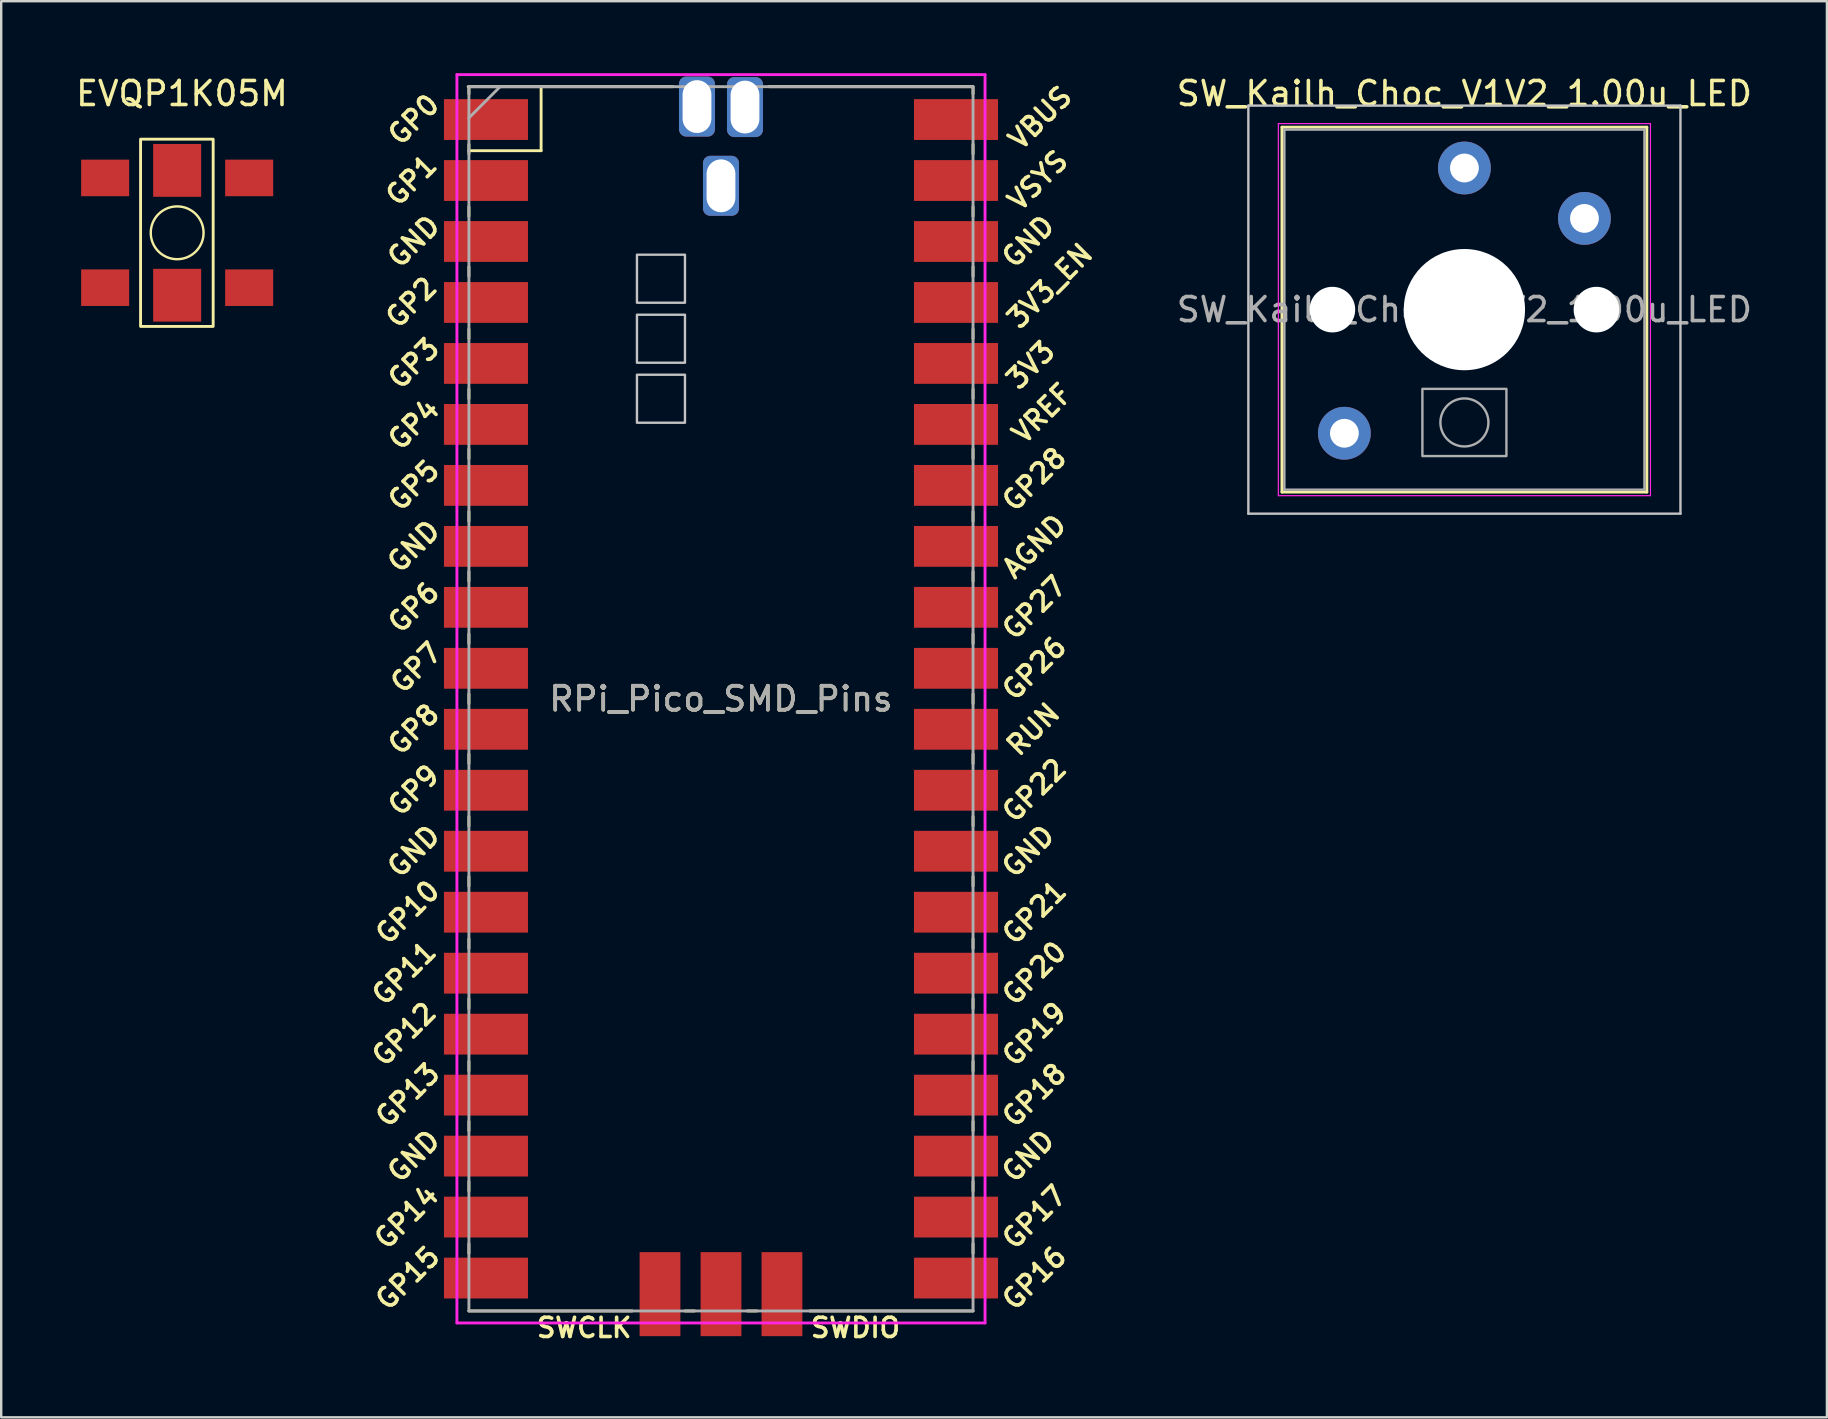
<source format=kicad_pcb>
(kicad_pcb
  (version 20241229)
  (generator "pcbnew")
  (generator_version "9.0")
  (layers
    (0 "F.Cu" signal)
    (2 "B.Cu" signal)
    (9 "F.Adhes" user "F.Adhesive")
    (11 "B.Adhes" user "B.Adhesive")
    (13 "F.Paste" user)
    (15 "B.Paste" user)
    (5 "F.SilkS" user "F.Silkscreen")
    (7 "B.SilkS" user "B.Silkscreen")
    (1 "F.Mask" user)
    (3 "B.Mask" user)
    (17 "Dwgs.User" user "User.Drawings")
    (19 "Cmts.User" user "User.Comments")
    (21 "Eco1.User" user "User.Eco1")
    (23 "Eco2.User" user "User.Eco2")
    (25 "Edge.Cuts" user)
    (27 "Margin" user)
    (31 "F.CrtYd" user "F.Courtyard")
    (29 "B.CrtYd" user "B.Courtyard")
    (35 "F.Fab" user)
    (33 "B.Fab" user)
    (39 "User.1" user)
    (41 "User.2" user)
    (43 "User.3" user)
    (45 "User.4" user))
  (footprint "SW_Kailh_Choc_V1V2_1.00u_LED"
    (layer "F.Cu")
    (at 57.953 9.848)
    (property "Reference" "SW_Kailh_Choc_V1V2_1.00u_LED" (at 0 -9 0) (layer "F.SilkS") (effects (font (size 1 1) (thickness 0.15))))
    (attr through_hole)
    (fp_line (start -7.6 -7.6) (end -7.6 7.6) (stroke (width 0.12) (type solid)) (layer "F.SilkS"))
    (fp_line (start -7.6 7.6) (end 7.6 7.6) (stroke (width 0.12) (type solid)) (layer "F.SilkS"))
    (fp_line (start 7.6 -7.6) (end -7.6 -7.6) (stroke (width 0.12) (type solid)) (layer "F.SilkS"))
    (fp_line (start 7.6 7.6) (end 7.6 -7.6) (stroke (width 0.12) (type solid)) (layer "F.SilkS"))
    (fp_line (start -9 -8.5) (end -9 8.5) (stroke (width 0.1) (type solid)) (layer "Dwgs.User"))
    (fp_line (start -9 8.5) (end 9 8.5) (stroke (width 0.1) (type solid)) (layer "Dwgs.User"))
    (fp_line (start 9 -8.5) (end -9 -8.5) (stroke (width 0.1) (type solid)) (layer "Dwgs.User"))
    (fp_line (start 9 8.5) (end 9 -8.5) (stroke (width 0.1) (type solid)) (layer "Dwgs.User"))
    (fp_line (start -7.25 -7.25) (end -7.25 7.25) (stroke (width 0.1) (type solid)) (layer "Eco1.User"))
    (fp_line (start -7.25 7.25) (end 7.25 7.25) (stroke (width 0.1) (type solid)) (layer "Eco1.User"))
    (fp_line (start 7.25 -7.25) (end -7.25 -7.25) (stroke (width 0.1) (type solid)) (layer "Eco1.User"))
    (fp_line (start 7.25 7.25) (end 7.25 -7.25) (stroke (width 0.1) (type solid)) (layer "Eco1.User"))
    (fp_line (start -7.75 -7.75) (end -7.75 7.75) (stroke (width 0.05) (type solid)) (layer "F.CrtYd"))
    (fp_line (start -7.75 7.75) (end 7.75 7.75) (stroke (width 0.05) (type solid)) (layer "F.CrtYd"))
    (fp_line (start 7.75 -7.75) (end -7.75 -7.75) (stroke (width 0.05) (type solid)) (layer "F.CrtYd"))
    (fp_line (start 7.75 7.75) (end 7.75 -7.75) (stroke (width 0.05) (type solid)) (layer "F.CrtYd"))
    (fp_line (start -7.5 -7.5) (end -7.5 7.5) (stroke (width 0.1) (type solid)) (layer "F.Fab"))
    (fp_line (start -7.5 7.5) (end 7.5 7.5) (stroke (width 0.1) (type solid)) (layer "F.Fab"))
    (fp_line (start 7.5 -7.5) (end -7.5 -7.5) (stroke (width 0.1) (type solid)) (layer "F.Fab"))
    (fp_line (start 7.5 7.5) (end 7.5 -7.5) (stroke (width 0.1) (type solid)) (layer "F.Fab"))
    (fp_rect (start -1.75 3.3) (end 1.75 6.1) (stroke (width 0.1) (type solid)) (fill no) (layer "F.Fab"))
    (fp_circle (center 0 4.7) (end 1 4.7) (stroke (width 0.1) (type solid)) (fill no) (layer "F.Fab"))
    (fp_text user "${REFERENCE}" (at 0 0 0) (layer "F.Fab") (effects (font (size 1 1) (thickness 0.15))))
    (pad "" np_thru_hole circle (at -5.5 0) (size 1.9 1.9) (drill 1.9) (layers "*.Cu" "*.Mask"))
    (pad "" thru_hole circle (at -5 5.15) (size 2.2 2.2) (drill 1.2) (layers "*.Cu" "B.Mask"))
    (pad "" smd circle (at 0 -5.9) (size 1.25 1.25) (layers "F.Mask"))
    (pad "" np_thru_hole circle (at 0 0) (size 5.05 5.05) (drill 5.05) (layers "*.Cu" "*.Mask"))
    (pad "" smd circle (at 5 -3.8) (size 1.25 1.25) (layers "F.Mask"))
    (pad "" np_thru_hole circle (at 5.5 0) (size 1.9 1.9) (drill 1.9) (layers "*.Cu" "*.Mask"))
    (pad "1" thru_hole circle (at 0 -5.9) (size 2.2 2.2) (drill 1.2) (layers "*.Cu" "B.Mask"))
    (pad "2" thru_hole circle (at 5 -3.8) (size 2.2 2.2) (drill 1.2) (layers "*.Cu" "B.Mask")))
  (footprint "EVQP1K05M"
    (layer "F.Cu")
    (at 4.33 6.648)
    (property "Reference" "EVQP1K05M" (at 0.2 -5.8 0) (layer "F.SilkS") (effects (font (size 1 1) (thickness 0.15))))
    (attr smd)
    (fp_rect (start -1.524 -3.9) (end 1.5 3.9) (stroke (width 0.12) (type solid)) (fill no) (layer "F.SilkS"))
    (fp_circle (center 0 0) (end 1.1 0) (stroke (width 0.1) (type solid)) (fill no) (layer "F.SilkS"))
    (pad "1" smd rect (at -3 -2.286 180) (size 2 1.524) (layers "F.Cu" "F.Mask" "F.Paste"))
    (pad "1" smd rect (at 0 -2.6 180) (size 2 2.2) (layers "F.Cu" "F.Mask" "F.Paste"))
    (pad "1" smd rect (at 3 -2.286 180) (size 2 1.524) (layers "F.Cu" "F.Mask" "F.Paste"))
    (pad "2" smd rect (at -3 2.286 180) (size 2 1.524) (layers "F.Cu" "F.Mask" "F.Paste"))
    (pad "2" smd rect (at 0 2.6 180) (size 2 2.2) (layers "F.Cu" "F.Mask" "F.Paste"))
    (pad "2" smd rect (at 3 2.286 180) (size 2 1.524) (layers "F.Cu" "F.Mask" "F.Paste")))
  (footprint "RPi_Pico_SMD_Pins"
    (layer "F.Cu")
    (at 26.984 26.06)
    (property "Reference" "RPi_Pico_SMD_Pins" (at 0 0 0) (layer "F.SilkS") (effects (font (size 1 1) (thickness 0.15))))
    (attr through_hole)
    (fp_line (start -10.5 -25.5) (end -10.5 -25.2) (stroke (width 0.12) (type solid)) (layer "F.SilkS"))
    (fp_line (start -10.5 -23.1) (end -10.5 -22.7) (stroke (width 0.12) (type solid)) (layer "F.SilkS"))
    (fp_line (start -10.5 -22.833) (end -7.493 -22.833) (stroke (width 0.12) (type solid)) (layer "F.SilkS"))
    (fp_line (start -10.5 -20.5) (end -10.5 -20.1) (stroke (width 0.12) (type solid)) (layer "F.SilkS"))
    (fp_line (start -10.5 -18) (end -10.5 -17.6) (stroke (width 0.12) (type solid)) (layer "F.SilkS"))
    (fp_line (start -10.5 -15.4) (end -10.5 -15) (stroke (width 0.12) (type solid)) (layer "F.SilkS"))
    (fp_line (start -10.5 -12.9) (end -10.5 -12.5) (stroke (width 0.12) (type solid)) (layer "F.SilkS"))
    (fp_line (start -10.5 -10.4) (end -10.5 -10) (stroke (width 0.12) (type solid)) (layer "F.SilkS"))
    (fp_line (start -10.5 -7.8) (end -10.5 -7.4) (stroke (width 0.12) (type solid)) (layer "F.SilkS"))
    (fp_line (start -10.5 -5.3) (end -10.5 -4.9) (stroke (width 0.12) (type solid)) (layer "F.SilkS"))
    (fp_line (start -10.5 -2.7) (end -10.5 -2.3) (stroke (width 0.12) (type solid)) (layer "F.SilkS"))
    (fp_line (start -10.5 -0.2) (end -10.5 0.2) (stroke (width 0.12) (type solid)) (layer "F.SilkS"))
    (fp_line (start -10.5 2.3) (end -10.5 2.7) (stroke (width 0.12) (type solid)) (layer "F.SilkS"))
    (fp_line (start -10.5 4.9) (end -10.5 5.3) (stroke (width 0.12) (type solid)) (layer "F.SilkS"))
    (fp_line (start -10.5 7.4) (end -10.5 7.8) (stroke (width 0.12) (type solid)) (layer "F.SilkS"))
    (fp_line (start -10.5 10) (end -10.5 10.4) (stroke (width 0.12) (type solid)) (layer "F.SilkS"))
    (fp_line (start -10.5 12.5) (end -10.5 12.9) (stroke (width 0.12) (type solid)) (layer "F.SilkS"))
    (fp_line (start -10.5 15.1) (end -10.5 15.5) (stroke (width 0.12) (type solid)) (layer "F.SilkS"))
    (fp_line (start -10.5 17.6) (end -10.5 18) (stroke (width 0.12) (type solid)) (layer "F.SilkS"))
    (fp_line (start -10.5 20.1) (end -10.5 20.5) (stroke (width 0.12) (type solid)) (layer "F.SilkS"))
    (fp_line (start -10.5 22.7) (end -10.5 23.1) (stroke (width 0.12) (type solid)) (layer "F.SilkS"))
    (fp_line (start -7.493 -22.833) (end -7.493 -25.5) (stroke (width 0.12) (type solid)) (layer "F.SilkS"))
    (fp_line (start -3.7 25.5) (end -10.5 25.5) (stroke (width 0.12) (type solid)) (layer "F.SilkS"))
    (fp_line (start -2 -25.5) (end -10.53 -25.5) (stroke (width 0.12) (type solid)) (layer "F.SilkS"))
    (fp_line (start -1.5 25.5) (end -1.1 25.5) (stroke (width 0.12) (type solid)) (layer "F.SilkS"))
    (fp_line (start 1.1 25.5) (end 1.5 25.5) (stroke (width 0.12) (type solid)) (layer "F.SilkS"))
    (fp_line (start 10.47 -25.5) (end 2 -25.5) (stroke (width 0.12) (type solid)) (layer "F.SilkS"))
    (fp_line (start 10.5 -25.5) (end 10.5 -25.2) (stroke (width 0.12) (type solid)) (layer "F.SilkS"))
    (fp_line (start 10.5 -23.1) (end 10.5 -22.7) (stroke (width 0.12) (type solid)) (layer "F.SilkS"))
    (fp_line (start 10.5 -20.5) (end 10.5 -20.1) (stroke (width 0.12) (type solid)) (layer "F.SilkS"))
    (fp_line (start 10.5 -18) (end 10.5 -17.6) (stroke (width 0.12) (type solid)) (layer "F.SilkS"))
    (fp_line (start 10.5 -15.4) (end 10.5 -15) (stroke (width 0.12) (type solid)) (layer "F.SilkS"))
    (fp_line (start 10.5 -12.9) (end 10.5 -12.5) (stroke (width 0.12) (type solid)) (layer "F.SilkS"))
    (fp_line (start 10.5 -10.4) (end 10.5 -10) (stroke (width 0.12) (type solid)) (layer "F.SilkS"))
    (fp_line (start 10.5 -7.8) (end 10.5 -7.4) (stroke (width 0.12) (type solid)) (layer "F.SilkS"))
    (fp_line (start 10.5 -5.3) (end 10.5 -4.9) (stroke (width 0.12) (type solid)) (layer "F.SilkS"))
    (fp_line (start 10.5 -2.7) (end 10.5 -2.3) (stroke (width 0.12) (type solid)) (layer "F.SilkS"))
    (fp_line (start 10.5 -0.2) (end 10.5 0.2) (stroke (width 0.12) (type solid)) (layer "F.SilkS"))
    (fp_line (start 10.5 2.3) (end 10.5 2.7) (stroke (width 0.12) (type solid)) (layer "F.SilkS"))
    (fp_line (start 10.5 4.9) (end 10.5 5.3) (stroke (width 0.12) (type solid)) (layer "F.SilkS"))
    (fp_line (start 10.5 7.4) (end 10.5 7.8) (stroke (width 0.12) (type solid)) (layer "F.SilkS"))
    (fp_line (start 10.5 10) (end 10.5 10.4) (stroke (width 0.12) (type solid)) (layer "F.SilkS"))
    (fp_line (start 10.5 12.5) (end 10.5 12.9) (stroke (width 0.12) (type solid)) (layer "F.SilkS"))
    (fp_line (start 10.5 15.1) (end 10.5 15.5) (stroke (width 0.12) (type solid)) (layer "F.SilkS"))
    (fp_line (start 10.5 17.6) (end 10.5 18) (stroke (width 0.12) (type solid)) (layer "F.SilkS"))
    (fp_line (start 10.5 20.1) (end 10.5 20.5) (stroke (width 0.12) (type solid)) (layer "F.SilkS"))
    (fp_line (start 10.5 22.7) (end 10.5 23.1) (stroke (width 0.12) (type solid)) (layer "F.SilkS"))
    (fp_line (start 10.5 25.5) (end 3.7 25.5) (stroke (width 0.12) (type solid)) (layer "F.SilkS"))
    (fp_poly (pts (xy -1.5 -16.5) (xy -3.5 -16.5) (xy -3.5 -18.5) (xy -1.5 -18.5)) (stroke (width 0.1) (type solid)) (fill no) (layer "Dwgs.User"))
    (fp_poly (pts (xy -1.5 -14) (xy -3.5 -14) (xy -3.5 -16) (xy -1.5 -16)) (stroke (width 0.1) (type solid)) (fill no) (layer "Dwgs.User"))
    (fp_poly (pts (xy -1.5 -11.5) (xy -3.5 -11.5) (xy -3.5 -13.5) (xy -1.5 -13.5)) (stroke (width 0.1) (type solid)) (fill no) (layer "Dwgs.User"))
    (fp_line (start -11 -26) (end 11 -26) (stroke (width 0.12) (type solid)) (layer "F.CrtYd"))
    (fp_line (start -11 26) (end -11 -26) (stroke (width 0.12) (type solid)) (layer "F.CrtYd"))
    (fp_line (start 11 -26) (end 11 26) (stroke (width 0.12) (type solid)) (layer "F.CrtYd"))
    (fp_line (start 11 26) (end -11 26) (stroke (width 0.12) (type solid)) (layer "F.CrtYd"))
    (fp_line (start -10.5 -25.5) (end 10.5 -25.5) (stroke (width 0.12) (type solid)) (layer "F.Fab"))
    (fp_line (start -10.5 -24.2) (end -9.2 -25.5) (stroke (width 0.12) (type solid)) (layer "F.Fab"))
    (fp_line (start -10.5 25.5) (end -10.5 -25.5) (stroke (width 0.12) (type solid)) (layer "F.Fab"))
    (fp_line (start 10.5 -25.5) (end 10.5 25.5) (stroke (width 0.12) (type solid)) (layer "F.Fab"))
    (fp_line (start 10.5 25.5) (end -10.5 25.5) (stroke (width 0.12) (type solid)) (layer "F.Fab"))
    (fp_text user "GP6" (at -12.8 -3.81 45) (layer "F.SilkS") (effects (font (size 0.8 0.8) (thickness 0.15))))
    (fp_text user "GP14" (at -13.1 21.59 45) (layer "F.SilkS") (effects (font (size 0.8 0.8) (thickness 0.15))))
    (fp_text user "GP4" (at -12.8 -11.43 45) (layer "F.SilkS") (effects (font (size 0.8 0.8) (thickness 0.15))))
    (fp_text user "GP5" (at -12.8 -8.89 45) (layer "F.SilkS") (effects (font (size 0.8 0.8) (thickness 0.15))))
    (fp_text user "3V3" (at 12.9 -13.9 45) (layer "F.SilkS") (effects (font (size 0.8 0.8) (thickness 0.15))))
    (fp_text user "VSYS" (at 13.2 -21.59 45) (layer "F.SilkS") (effects (font (size 0.8 0.8) (thickness 0.15))))
    (fp_text user "SWCLK" (at -5.7 26.2 0) (layer "F.SilkS") (effects (font (size 0.8 0.8) (thickness 0.15))))
    (fp_text user "GP26" (at 13.054 -1.27 45) (layer "F.SilkS") (effects (font (size 0.8 0.8) (thickness 0.15))))
    (fp_text user "GP27" (at 13.054 -3.8 45) (layer "F.SilkS") (effects (font (size 0.8 0.8) (thickness 0.15))))
    (fp_text user "GP28" (at 13.054 -9.144 45) (layer "F.SilkS") (effects (font (size 0.8 0.8) (thickness 0.15))))
    (fp_text user "VREF" (at 13.375 -11.889 45) (layer "F.SilkS") (effects (font (size 0.8 0.8) (thickness 0.15))))
    (fp_text user "GP20" (at 13.054 11.43 45) (layer "F.SilkS") (effects (font (size 0.8 0.8) (thickness 0.15))))
    (fp_text user "GND" (at -12.8 -6.35 45) (layer "F.SilkS") (effects (font (size 0.8 0.8) (thickness 0.15))))
    (fp_text user "GP12" (at -13.2 13.97 45) (layer "F.SilkS") (effects (font (size 0.8 0.8) (thickness 0.15))))
    (fp_text user "GP16" (at 13.054 24.13 45) (layer "F.SilkS") (effects (font (size 0.8 0.8) (thickness 0.15))))
    (fp_text user "GND" (at 12.8 19.05 45) (layer "F.SilkS") (effects (font (size 0.8 0.8) (thickness 0.15))))
    (fp_text user "GP1" (at -12.9 -21.6 45) (layer "F.SilkS") (effects (font (size 0.8 0.8) (thickness 0.15))))
    (fp_text user "VBUS" (at 13.3 -24.2 45) (layer "F.SilkS") (effects (font (size 0.8 0.8) (thickness 0.15))))
    (fp_text user "GP22" (at 13.054 3.81 45) (layer "F.SilkS") (effects (font (size 0.8 0.8) (thickness 0.15))))
    (fp_text user "GND" (at -12.8 6.35 45) (layer "F.SilkS") (effects (font (size 0.8 0.8) (thickness 0.15))))
    (fp_text user "GP11" (at -13.2 11.43 45) (layer "F.SilkS") (effects (font (size 0.8 0.8) (thickness 0.15))))
    (fp_text user "GP10" (at -13.054 8.89 45) (layer "F.SilkS") (effects (font (size 0.8 0.8) (thickness 0.15))))
    (fp_text user "3V3_EN" (at 13.7 -17.2 45) (layer "F.SilkS") (effects (font (size 0.8 0.8) (thickness 0.15))))
    (fp_text user "GP17" (at 13.054 21.59 45) (layer "F.SilkS") (effects (font (size 0.8 0.8) (thickness 0.15))))
    (fp_text user "GP7" (at -12.7 -1.3 45) (layer "F.SilkS") (effects (font (size 0.8 0.8) (thickness 0.15))))
    (fp_text user "AGND" (at 13.054 -6.35 45) (layer "F.SilkS") (effects (font (size 0.8 0.8) (thickness 0.15))))
    (fp_text user "GND" (at -12.8 19.05 45) (layer "F.SilkS") (effects (font (size 0.8 0.8) (thickness 0.15))))
    (fp_text user "GP15" (at -13.054 24.13 45) (layer "F.SilkS") (effects (font (size 0.8 0.8) (thickness 0.15))))
    (fp_text user "GP13" (at -13.054 16.51 45) (layer "F.SilkS") (effects (font (size 0.8 0.8) (thickness 0.15))))
    (fp_text user "GND" (at 12.8 6.35 45) (layer "F.SilkS") (effects (font (size 0.8 0.8) (thickness 0.15))))
    (fp_text user "RUN" (at 13 1.27 45) (layer "F.SilkS") (effects (font (size 0.8 0.8) (thickness 0.15))))
    (fp_text user "GP21" (at 13.054 8.9 45) (layer "F.SilkS") (effects (font (size 0.8 0.8) (thickness 0.15))))
    (fp_text user "GP2" (at -12.9 -16.51 45) (layer "F.SilkS") (effects (font (size 0.8 0.8) (thickness 0.15))))
    (fp_text user "GP3" (at -12.8 -13.97 45) (layer "F.SilkS") (effects (font (size 0.8 0.8) (thickness 0.15))))
    (fp_text user "GP18" (at 13.054 16.51 45) (layer "F.SilkS") (effects (font (size 0.8 0.8) (thickness 0.15))))
    (fp_text user "GP19" (at 13.054 13.97 45) (layer "F.SilkS") (effects (font (size 0.8 0.8) (thickness 0.15))))
    (fp_text user "SWDIO" (at 5.6 26.2 0) (layer "F.SilkS") (effects (font (size 0.8 0.8) (thickness 0.15))))
    (fp_text user "GP8" (at -12.8 1.27 45) (layer "F.SilkS") (effects (font (size 0.8 0.8) (thickness 0.15))))
    (fp_text user "GP0" (at -12.8 -24.13 45) (layer "F.SilkS") (effects (font (size 0.8 0.8) (thickness 0.15))))
    (fp_text user "GND" (at -12.8 -19.05 45) (layer "F.SilkS") (effects (font (size 0.8 0.8) (thickness 0.15))))
    (fp_text user "GP9" (at -12.8 3.81 45) (layer "F.SilkS") (effects (font (size 0.8 0.8) (thickness 0.15))))
    (fp_text user "GND" (at 12.8 -19.05 45) (layer "F.SilkS") (effects (font (size 0.8 0.8) (thickness 0.15))))
    (fp_text user "${REFERENCE}" (at 0 0 180) (layer "F.Fab") (effects (font (size 1 1) (thickness 0.15))))
    (pad "1" smd rect (at -8.89 -24.13) (size 3.5 1.7) (drill (offset -0.9 0)) (layers "F.Cu" "F.Mask"))
    (pad "2" smd rect (at -8.89 -21.59) (size 3.5 1.7) (drill (offset -0.9 0)) (layers "F.Cu" "F.Mask"))
    (pad "3" smd rect (at -8.89 -19.05) (size 3.5 1.7) (drill (offset -0.9 0)) (layers "F.Cu" "F.Mask"))
    (pad "4" smd rect (at -8.89 -16.51) (size 3.5 1.7) (drill (offset -0.9 0)) (layers "F.Cu" "F.Mask"))
    (pad "5" smd rect (at -8.89 -13.97) (size 3.5 1.7) (drill (offset -0.9 0)) (layers "F.Cu" "F.Mask"))
    (pad "6" smd rect (at -8.89 -11.43) (size 3.5 1.7) (drill (offset -0.9 0)) (layers "F.Cu" "F.Mask"))
    (pad "7" smd rect (at -8.89 -8.89) (size 3.5 1.7) (drill (offset -0.9 0)) (layers "F.Cu" "F.Mask"))
    (pad "8" smd rect (at -8.89 -6.35) (size 3.5 1.7) (drill (offset -0.9 0)) (layers "F.Cu" "F.Mask"))
    (pad "9" smd rect (at -8.89 -3.81) (size 3.5 1.7) (drill (offset -0.9 0)) (layers "F.Cu" "F.Mask"))
    (pad "10" smd rect (at -8.89 -1.27) (size 3.5 1.7) (drill (offset -0.9 0)) (layers "F.Cu" "F.Mask"))
    (pad "11" smd rect (at -8.89 1.27) (size 3.5 1.7) (drill (offset -0.9 0)) (layers "F.Cu" "F.Mask"))
    (pad "12" smd rect (at -8.89 3.81) (size 3.5 1.7) (drill (offset -0.9 0)) (layers "F.Cu" "F.Mask"))
    (pad "13" smd rect (at -8.89 6.35) (size 3.5 1.7) (drill (offset -0.9 0)) (layers "F.Cu" "F.Mask"))
    (pad "14" smd rect (at -8.89 8.89) (size 3.5 1.7) (drill (offset -0.9 0)) (layers "F.Cu" "F.Mask"))
    (pad "15" smd rect (at -8.89 11.43) (size 3.5 1.7) (drill (offset -0.9 0)) (layers "F.Cu" "F.Mask"))
    (pad "16" smd rect (at -8.89 13.97) (size 3.5 1.7) (drill (offset -0.9 0)) (layers "F.Cu" "F.Mask"))
    (pad "17" smd rect (at -8.89 16.51) (size 3.5 1.7) (drill (offset -0.9 0)) (layers "F.Cu" "F.Mask"))
    (pad "18" smd rect (at -8.89 19.05) (size 3.5 1.7) (drill (offset -0.9 0)) (layers "F.Cu" "F.Mask"))
    (pad "19" smd rect (at -8.89 21.59) (size 3.5 1.7) (drill (offset -0.9 0)) (layers "F.Cu" "F.Mask"))
    (pad "20" smd rect (at -8.89 24.13) (size 3.5 1.7) (drill (offset -0.9 0)) (layers "F.Cu" "F.Mask"))
    (pad "21" smd rect (at 8.89 24.13) (size 3.5 1.7) (drill (offset 0.9 0)) (layers "F.Cu" "F.Mask"))
    (pad "22" smd rect (at 8.89 21.59) (size 3.5 1.7) (drill (offset 0.9 0)) (layers "F.Cu" "F.Mask"))
    (pad "23" smd rect (at 8.89 19.05) (size 3.5 1.7) (drill (offset 0.9 0)) (layers "F.Cu" "F.Mask"))
    (pad "24" smd rect (at 8.89 16.51) (size 3.5 1.7) (drill (offset 0.9 0)) (layers "F.Cu" "F.Mask"))
    (pad "25" smd rect (at 8.89 13.97) (size 3.5 1.7) (drill (offset 0.9 0)) (layers "F.Cu" "F.Mask"))
    (pad "26" smd rect (at 8.89 11.43) (size 3.5 1.7) (drill (offset 0.9 0)) (layers "F.Cu" "F.Mask"))
    (pad "27" smd rect (at 8.89 8.89) (size 3.5 1.7) (drill (offset 0.9 0)) (layers "F.Cu" "F.Mask"))
    (pad "28" smd rect (at 8.89 6.35) (size 3.5 1.7) (drill (offset 0.9 0)) (layers "F.Cu" "F.Mask"))
    (pad "29" smd rect (at 8.89 3.81) (size 3.5 1.7) (drill (offset 0.9 0)) (layers "F.Cu" "F.Mask"))
    (pad "30" smd rect (at 8.89 1.27) (size 3.5 1.7) (drill (offset 0.9 0)) (layers "F.Cu" "F.Mask"))
    (pad "31" smd rect (at 8.89 -1.27) (size 3.5 1.7) (drill (offset 0.9 0)) (layers "F.Cu" "F.Mask"))
    (pad "32" smd rect (at 8.89 -3.81) (size 3.5 1.7) (drill (offset 0.9 0)) (layers "F.Cu" "F.Mask"))
    (pad "33" smd rect (at 8.89 -6.35) (size 3.5 1.7) (drill (offset 0.9 0)) (layers "F.Cu" "F.Mask"))
    (pad "34" smd rect (at 8.89 -8.89) (size 3.5 1.7) (drill (offset 0.9 0)) (layers "F.Cu" "F.Mask"))
    (pad "35" smd rect (at 8.89 -11.43) (size 3.5 1.7) (drill (offset 0.9 0)) (layers "F.Cu" "F.Mask"))
    (pad "36" smd rect (at 8.89 -13.97) (size 3.5 1.7) (drill (offset 0.9 0)) (layers "F.Cu" "F.Mask"))
    (pad "37" smd rect (at 8.89 -16.51) (size 3.5 1.7) (drill (offset 0.9 0)) (layers "F.Cu" "F.Mask"))
    (pad "38" smd rect (at 8.89 -19.05) (size 3.5 1.7) (drill (offset 0.9 0)) (layers "F.Cu" "F.Mask"))
    (pad "39" smd rect (at 8.89 -21.59) (size 3.5 1.7) (drill (offset 0.9 0)) (layers "F.Cu" "F.Mask"))
    (pad "40" smd rect (at 8.89 -24.13) (size 3.5 1.7) (drill (offset 0.9 0)) (layers "F.Cu" "F.Mask"))
    (pad "41" smd rect (at -2.54 23.9 90) (size 3.5 1.7) (drill (offset -0.9 0)) (layers "F.Cu" "F.Mask"))
    (pad "42" smd rect (at 0 23.9 90) (size 3.5 1.7) (drill (offset -0.9 0)) (layers "F.Cu" "F.Mask"))
    (pad "43" smd rect (at 2.54 23.9 90) (size 3.5 1.7) (drill (offset -0.9 0)) (layers "F.Cu" "F.Mask"))
    (pad "TP1" thru_hole roundrect (at 0 -21.37) (size 1.5 2.5) (drill oval 1.2 2.2) (layers "*.Cu" "*.Mask") (roundrect_rratio 0.2))
    (pad "TP2" thru_hole roundrect (at 1 -24.65) (size 1.5 2.5) (drill oval 1.2 2.2) (layers "*.Cu" "*.Mask") (roundrect_rratio 0.2))
    (pad "TP3" thru_hole roundrect (at -1 -24.67) (size 1.5 2.5) (drill oval 1.2 2.2) (layers "*.Cu" "*.Mask") (roundrect_rratio 0.2)))
  (gr_rect
    (start -3 -3)
    (end 73.054 55.991)
    (stroke (width 0.1) (type default))
    (fill no)
    (layer "Edge.Cuts")))
</source>
